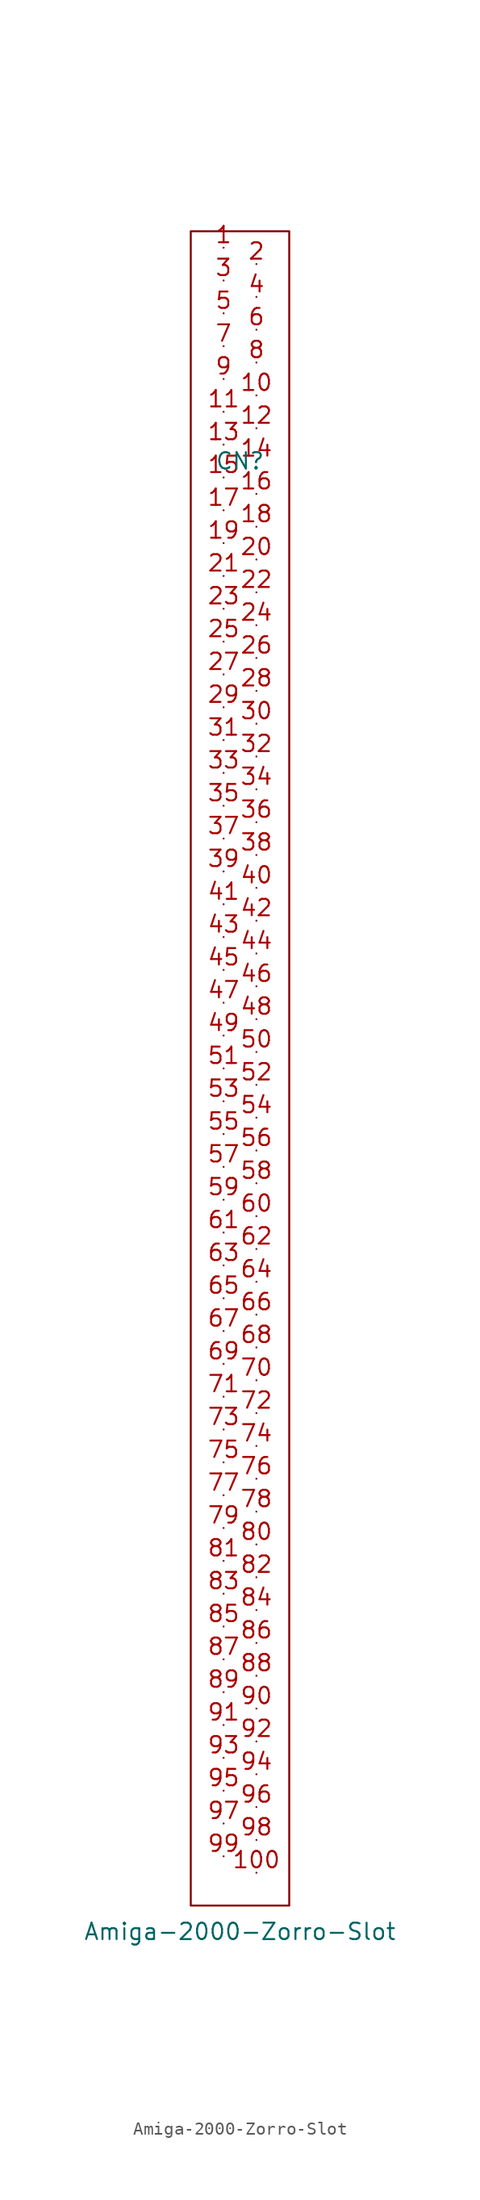
<source format=kicad_sym>
(kicad_symbol_lib
  (version 20220914)
  (generator kicad_symbol_editor)
  (symbol "Amiga-2000-Zorro-Slot"
    (pin_names
      (offset 0) hide)
    (property "Reference" "CN"
      (at 0 45.72 0)
      (effects (font (size 1.27 1.27))))
    (property "Value" "Amiga-2000-Zorro-Slot"
      (at 0 -67.31 0)
      (effects (font (size 1.27 1.27)) (justify top)))
    (symbol "Amiga-2000-Zorro-Slot_0_1"
      (rectangle (start -3.81 63.5) (end 3.81 -66.04) (stroke (width 0) (type solid)) (fill (type none))))
    (symbol "Amiga-2000-Zorro-Slot_1_1"
      (pin unspecified line (at -1.27 62.23 0) (length 0) (name "1" (effects (font (size 1.27 1.27)))) (number "1" (effects (font (size 1.27 1.27)))))
      (pin unspecified line (at 1.27 50.8 0) (length 0) (name "10" (effects (font (size 1.27 1.27)))) (number "10" (effects (font (size 1.27 1.27)))))
      (pin unspecified line (at 1.27 -63.5 0) (length 0) (name "100" (effects (font (size 1.27 1.27)))) (number "100" (effects (font (size 1.27 1.27)))))
      (pin unspecified line (at -1.27 49.53 0) (length 0) (name "11" (effects (font (size 1.27 1.27)))) (number "11" (effects (font (size 1.27 1.27)))))
      (pin unspecified line (at 1.27 48.26 0) (length 0) (name "12" (effects (font (size 1.27 1.27)))) (number "12" (effects (font (size 1.27 1.27)))))
      (pin unspecified line (at -1.27 46.99 0) (length 0) (name "13" (effects (font (size 1.27 1.27)))) (number "13" (effects (font (size 1.27 1.27)))))
      (pin unspecified line (at 1.27 45.72 0) (length 0) (name "14" (effects (font (size 1.27 1.27)))) (number "14" (effects (font (size 1.27 1.27)))))
      (pin unspecified line (at -1.27 44.45 0) (length 0) (name "15" (effects (font (size 1.27 1.27)))) (number "15" (effects (font (size 1.27 1.27)))))
      (pin unspecified line (at 1.27 43.18 0) (length 0) (name "16" (effects (font (size 1.27 1.27)))) (number "16" (effects (font (size 1.27 1.27)))))
      (pin unspecified line (at -1.27 41.91 0) (length 0) (name "17" (effects (font (size 1.27 1.27)))) (number "17" (effects (font (size 1.27 1.27)))))
      (pin unspecified line (at 1.27 40.64 0) (length 0) (name "18" (effects (font (size 1.27 1.27)))) (number "18" (effects (font (size 1.27 1.27)))))
      (pin unspecified line (at -1.27 39.37 0) (length 0) (name "19" (effects (font (size 1.27 1.27)))) (number "19" (effects (font (size 1.27 1.27)))))
      (pin unspecified line (at 1.27 60.96 0) (length 0) (name "2" (effects (font (size 1.27 1.27)))) (number "2" (effects (font (size 1.27 1.27)))))
      (pin unspecified line (at 1.27 38.1 0) (length 0) (name "20" (effects (font (size 1.27 1.27)))) (number "20" (effects (font (size 1.27 1.27)))))
      (pin unspecified line (at -1.27 36.83 0) (length 0) (name "21" (effects (font (size 1.27 1.27)))) (number "21" (effects (font (size 1.27 1.27)))))
      (pin unspecified line (at 1.27 35.56 0) (length 0) (name "22" (effects (font (size 1.27 1.27)))) (number "22" (effects (font (size 1.27 1.27)))))
      (pin unspecified line (at -1.27 34.29 0) (length 0) (name "23" (effects (font (size 1.27 1.27)))) (number "23" (effects (font (size 1.27 1.27)))))
      (pin unspecified line (at 1.27 33.02 0) (length 0) (name "24" (effects (font (size 1.27 1.27)))) (number "24" (effects (font (size 1.27 1.27)))))
      (pin unspecified line (at -1.27 31.75 0) (length 0) (name "25" (effects (font (size 1.27 1.27)))) (number "25" (effects (font (size 1.27 1.27)))))
      (pin unspecified line (at 1.27 30.48 0) (length 0) (name "26" (effects (font (size 1.27 1.27)))) (number "26" (effects (font (size 1.27 1.27)))))
      (pin unspecified line (at -1.27 29.21 0) (length 0) (name "27" (effects (font (size 1.27 1.27)))) (number "27" (effects (font (size 1.27 1.27)))))
      (pin unspecified line (at 1.27 27.94 0) (length 0) (name "28" (effects (font (size 1.27 1.27)))) (number "28" (effects (font (size 1.27 1.27)))))
      (pin unspecified line (at -1.27 26.67 0) (length 0) (name "29" (effects (font (size 1.27 1.27)))) (number "29" (effects (font (size 1.27 1.27)))))
      (pin unspecified line (at -1.27 59.69 0) (length 0) (name "3" (effects (font (size 1.27 1.27)))) (number "3" (effects (font (size 1.27 1.27)))))
      (pin unspecified line (at 1.27 25.4 0) (length 0) (name "30" (effects (font (size 1.27 1.27)))) (number "30" (effects (font (size 1.27 1.27)))))
      (pin unspecified line (at -1.27 24.13 0) (length 0) (name "31" (effects (font (size 1.27 1.27)))) (number "31" (effects (font (size 1.27 1.27)))))
      (pin unspecified line (at 1.27 22.86 0) (length 0) (name "32" (effects (font (size 1.27 1.27)))) (number "32" (effects (font (size 1.27 1.27)))))
      (pin unspecified line (at -1.27 21.59 0) (length 0) (name "33" (effects (font (size 1.27 1.27)))) (number "33" (effects (font (size 1.27 1.27)))))
      (pin unspecified line (at 1.27 20.32 0) (length 0) (name "34" (effects (font (size 1.27 1.27)))) (number "34" (effects (font (size 1.27 1.27)))))
      (pin unspecified line (at -1.27 19.05 0) (length 0) (name "35" (effects (font (size 1.27 1.27)))) (number "35" (effects (font (size 1.27 1.27)))))
      (pin unspecified line (at 1.27 17.78 0) (length 0) (name "36" (effects (font (size 1.27 1.27)))) (number "36" (effects (font (size 1.27 1.27)))))
      (pin unspecified line (at -1.27 16.51 0) (length 0) (name "37" (effects (font (size 1.27 1.27)))) (number "37" (effects (font (size 1.27 1.27)))))
      (pin unspecified line (at 1.27 15.24 0) (length 0) (name "38" (effects (font (size 1.27 1.27)))) (number "38" (effects (font (size 1.27 1.27)))))
      (pin unspecified line (at -1.27 13.97 0) (length 0) (name "39" (effects (font (size 1.27 1.27)))) (number "39" (effects (font (size 1.27 1.27)))))
      (pin unspecified line (at 1.27 58.42 0) (length 0) (name "4" (effects (font (size 1.27 1.27)))) (number "4" (effects (font (size 1.27 1.27)))))
      (pin unspecified line (at 1.27 12.7 0) (length 0) (name "40" (effects (font (size 1.27 1.27)))) (number "40" (effects (font (size 1.27 1.27)))))
      (pin unspecified line (at -1.27 11.43 0) (length 0) (name "41" (effects (font (size 1.27 1.27)))) (number "41" (effects (font (size 1.27 1.27)))))
      (pin unspecified line (at 1.27 10.16 0) (length 0) (name "42" (effects (font (size 1.27 1.27)))) (number "42" (effects (font (size 1.27 1.27)))))
      (pin unspecified line (at -1.27 8.89 0) (length 0) (name "43" (effects (font (size 1.27 1.27)))) (number "43" (effects (font (size 1.27 1.27)))))
      (pin unspecified line (at 1.27 7.62 0) (length 0) (name "44" (effects (font (size 1.27 1.27)))) (number "44" (effects (font (size 1.27 1.27)))))
      (pin unspecified line (at -1.27 6.35 0) (length 0) (name "45" (effects (font (size 1.27 1.27)))) (number "45" (effects (font (size 1.27 1.27)))))
      (pin unspecified line (at 1.27 5.08 0) (length 0) (name "46" (effects (font (size 1.27 1.27)))) (number "46" (effects (font (size 1.27 1.27)))))
      (pin unspecified line (at -1.27 3.81 0) (length 0) (name "47" (effects (font (size 1.27 1.27)))) (number "47" (effects (font (size 1.27 1.27)))))
      (pin unspecified line (at 1.27 2.54 0) (length 0) (name "48" (effects (font (size 1.27 1.27)))) (number "48" (effects (font (size 1.27 1.27)))))
      (pin unspecified line (at -1.27 1.27 0) (length 0) (name "49" (effects (font (size 1.27 1.27)))) (number "49" (effects (font (size 1.27 1.27)))))
      (pin unspecified line (at -1.27 57.15 0) (length 0) (name "5" (effects (font (size 1.27 1.27)))) (number "5" (effects (font (size 1.27 1.27)))))
      (pin unspecified line (at 1.27 0 0) (length 0) (name "50" (effects (font (size 1.27 1.27)))) (number "50" (effects (font (size 1.27 1.27)))))
      (pin unspecified line (at -1.27 -1.27 0) (length 0) (name "51" (effects (font (size 1.27 1.27)))) (number "51" (effects (font (size 1.27 1.27)))))
      (pin unspecified line (at 1.27 -2.54 0) (length 0) (name "52" (effects (font (size 1.27 1.27)))) (number "52" (effects (font (size 1.27 1.27)))))
      (pin unspecified line (at -1.27 -3.81 0) (length 0) (name "53" (effects (font (size 1.27 1.27)))) (number "53" (effects (font (size 1.27 1.27)))))
      (pin unspecified line (at 1.27 -5.08 0) (length 0) (name "54" (effects (font (size 1.27 1.27)))) (number "54" (effects (font (size 1.27 1.27)))))
      (pin unspecified line (at -1.27 -6.35 0) (length 0) (name "55" (effects (font (size 1.27 1.27)))) (number "55" (effects (font (size 1.27 1.27)))))
      (pin unspecified line (at 1.27 -7.62 0) (length 0) (name "56" (effects (font (size 1.27 1.27)))) (number "56" (effects (font (size 1.27 1.27)))))
      (pin unspecified line (at -1.27 -8.89 0) (length 0) (name "57" (effects (font (size 1.27 1.27)))) (number "57" (effects (font (size 1.27 1.27)))))
      (pin unspecified line (at 1.27 -10.16 0) (length 0) (name "58" (effects (font (size 1.27 1.27)))) (number "58" (effects (font (size 1.27 1.27)))))
      (pin unspecified line (at -1.27 -11.43 0) (length 0) (name "59" (effects (font (size 1.27 1.27)))) (number "59" (effects (font (size 1.27 1.27)))))
      (pin unspecified line (at 1.27 55.88 0) (length 0) (name "6" (effects (font (size 1.27 1.27)))) (number "6" (effects (font (size 1.27 1.27)))))
      (pin unspecified line (at 1.27 -12.7 0) (length 0) (name "60" (effects (font (size 1.27 1.27)))) (number "60" (effects (font (size 1.27 1.27)))))
      (pin unspecified line (at -1.27 -13.97 0) (length 0) (name "61" (effects (font (size 1.27 1.27)))) (number "61" (effects (font (size 1.27 1.27)))))
      (pin unspecified line (at 1.27 -15.24 0) (length 0) (name "62" (effects (font (size 1.27 1.27)))) (number "62" (effects (font (size 1.27 1.27)))))
      (pin unspecified line (at -1.27 -16.51 0) (length 0) (name "63" (effects (font (size 1.27 1.27)))) (number "63" (effects (font (size 1.27 1.27)))))
      (pin unspecified line (at 1.27 -17.78 0) (length 0) (name "64" (effects (font (size 1.27 1.27)))) (number "64" (effects (font (size 1.27 1.27)))))
      (pin unspecified line (at -1.27 -19.05 0) (length 0) (name "65" (effects (font (size 1.27 1.27)))) (number "65" (effects (font (size 1.27 1.27)))))
      (pin unspecified line (at 1.27 -20.32 0) (length 0) (name "66" (effects (font (size 1.27 1.27)))) (number "66" (effects (font (size 1.27 1.27)))))
      (pin unspecified line (at -1.27 -21.59 0) (length 0) (name "67" (effects (font (size 1.27 1.27)))) (number "67" (effects (font (size 1.27 1.27)))))
      (pin unspecified line (at 1.27 -22.86 0) (length 0) (name "68" (effects (font (size 1.27 1.27)))) (number "68" (effects (font (size 1.27 1.27)))))
      (pin unspecified line (at -1.27 -24.13 0) (length 0) (name "69" (effects (font (size 1.27 1.27)))) (number "69" (effects (font (size 1.27 1.27)))))
      (pin unspecified line (at -1.27 54.61 0) (length 0) (name "7" (effects (font (size 1.27 1.27)))) (number "7" (effects (font (size 1.27 1.27)))))
      (pin unspecified line (at 1.27 -25.4 0) (length 0) (name "70" (effects (font (size 1.27 1.27)))) (number "70" (effects (font (size 1.27 1.27)))))
      (pin unspecified line (at -1.27 -26.67 0) (length 0) (name "71" (effects (font (size 1.27 1.27)))) (number "71" (effects (font (size 1.27 1.27)))))
      (pin unspecified line (at 1.27 -27.94 0) (length 0) (name "72" (effects (font (size 1.27 1.27)))) (number "72" (effects (font (size 1.27 1.27)))))
      (pin unspecified line (at -1.27 -29.21 0) (length 0) (name "73" (effects (font (size 1.27 1.27)))) (number "73" (effects (font (size 1.27 1.27)))))
      (pin unspecified line (at 1.27 -30.48 0) (length 0) (name "74" (effects (font (size 1.27 1.27)))) (number "74" (effects (font (size 1.27 1.27)))))
      (pin unspecified line (at -1.27 -31.75 0) (length 0) (name "75" (effects (font (size 1.27 1.27)))) (number "75" (effects (font (size 1.27 1.27)))))
      (pin unspecified line (at 1.27 -33.02 0) (length 0) (name "76" (effects (font (size 1.27 1.27)))) (number "76" (effects (font (size 1.27 1.27)))))
      (pin unspecified line (at -1.27 -34.29 0) (length 0) (name "77" (effects (font (size 1.27 1.27)))) (number "77" (effects (font (size 1.27 1.27)))))
      (pin unspecified line (at 1.27 -35.56 0) (length 0) (name "78" (effects (font (size 1.27 1.27)))) (number "78" (effects (font (size 1.27 1.27)))))
      (pin unspecified line (at -1.27 -36.83 0) (length 0) (name "79" (effects (font (size 1.27 1.27)))) (number "79" (effects (font (size 1.27 1.27)))))
      (pin unspecified line (at 1.27 53.34 0) (length 0) (name "8" (effects (font (size 1.27 1.27)))) (number "8" (effects (font (size 1.27 1.27)))))
      (pin unspecified line (at 1.27 -38.1 0) (length 0) (name "80" (effects (font (size 1.27 1.27)))) (number "80" (effects (font (size 1.27 1.27)))))
      (pin unspecified line (at -1.27 -39.37 0) (length 0) (name "81" (effects (font (size 1.27 1.27)))) (number "81" (effects (font (size 1.27 1.27)))))
      (pin unspecified line (at 1.27 -40.64 0) (length 0) (name "82" (effects (font (size 1.27 1.27)))) (number "82" (effects (font (size 1.27 1.27)))))
      (pin unspecified line (at -1.27 -41.91 0) (length 0) (name "83" (effects (font (size 1.27 1.27)))) (number "83" (effects (font (size 1.27 1.27)))))
      (pin unspecified line (at 1.27 -43.18 0) (length 0) (name "84" (effects (font (size 1.27 1.27)))) (number "84" (effects (font (size 1.27 1.27)))))
      (pin unspecified line (at -1.27 -44.45 0) (length 0) (name "85" (effects (font (size 1.27 1.27)))) (number "85" (effects (font (size 1.27 1.27)))))
      (pin unspecified line (at 1.27 -45.72 0) (length 0) (name "86" (effects (font (size 1.27 1.27)))) (number "86" (effects (font (size 1.27 1.27)))))
      (pin unspecified line (at -1.27 -46.99 0) (length 0) (name "87" (effects (font (size 1.27 1.27)))) (number "87" (effects (font (size 1.27 1.27)))))
      (pin unspecified line (at 1.27 -48.26 0) (length 0) (name "88" (effects (font (size 1.27 1.27)))) (number "88" (effects (font (size 1.27 1.27)))))
      (pin unspecified line (at -1.27 -49.53 0) (length 0) (name "89" (effects (font (size 1.27 1.27)))) (number "89" (effects (font (size 1.27 1.27)))))
      (pin unspecified line (at -1.27 52.07 0) (length 0) (name "9" (effects (font (size 1.27 1.27)))) (number "9" (effects (font (size 1.27 1.27)))))
      (pin unspecified line (at 1.27 -50.8 0) (length 0) (name "90" (effects (font (size 1.27 1.27)))) (number "90" (effects (font (size 1.27 1.27)))))
      (pin unspecified line (at -1.27 -52.07 0) (length 0) (name "91" (effects (font (size 1.27 1.27)))) (number "91" (effects (font (size 1.27 1.27)))))
      (pin unspecified line (at 1.27 -53.34 0) (length 0) (name "92" (effects (font (size 1.27 1.27)))) (number "92" (effects (font (size 1.27 1.27)))))
      (pin unspecified line (at -1.27 -54.61 0) (length 0) (name "93" (effects (font (size 1.27 1.27)))) (number "93" (effects (font (size 1.27 1.27)))))
      (pin unspecified line (at 1.27 -55.88 0) (length 0) (name "94" (effects (font (size 1.27 1.27)))) (number "94" (effects (font (size 1.27 1.27)))))
      (pin unspecified line (at -1.27 -57.15 0) (length 0) (name "95" (effects (font (size 1.27 1.27)))) (number "95" (effects (font (size 1.27 1.27)))))
      (pin unspecified line (at 1.27 -58.42 0) (length 0) (name "96" (effects (font (size 1.27 1.27)))) (number "96" (effects (font (size 1.27 1.27)))))
      (pin unspecified line (at -1.27 -59.69 0) (length 0) (name "97" (effects (font (size 1.27 1.27)))) (number "97" (effects (font (size 1.27 1.27)))))
      (pin unspecified line (at 1.27 -60.96 0) (length 0) (name "98" (effects (font (size 1.27 1.27)))) (number "98" (effects (font (size 1.27 1.27)))))
      (pin unspecified line (at -1.27 -62.23 0) (length 0) (name "99" (effects (font (size 1.27 1.27)))) (number "99" (effects (font (size 1.27 1.27))))))))
</source>
